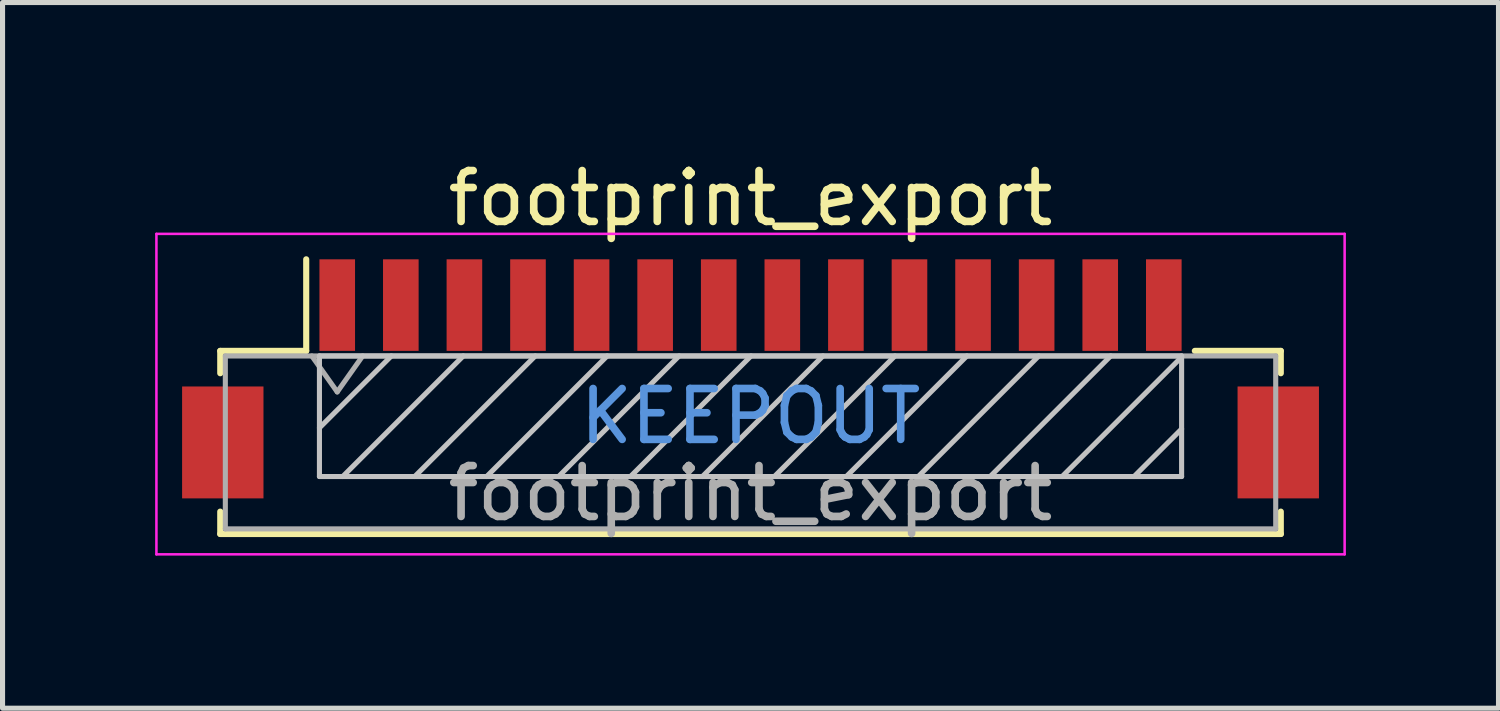
<source format=kicad_pcb>
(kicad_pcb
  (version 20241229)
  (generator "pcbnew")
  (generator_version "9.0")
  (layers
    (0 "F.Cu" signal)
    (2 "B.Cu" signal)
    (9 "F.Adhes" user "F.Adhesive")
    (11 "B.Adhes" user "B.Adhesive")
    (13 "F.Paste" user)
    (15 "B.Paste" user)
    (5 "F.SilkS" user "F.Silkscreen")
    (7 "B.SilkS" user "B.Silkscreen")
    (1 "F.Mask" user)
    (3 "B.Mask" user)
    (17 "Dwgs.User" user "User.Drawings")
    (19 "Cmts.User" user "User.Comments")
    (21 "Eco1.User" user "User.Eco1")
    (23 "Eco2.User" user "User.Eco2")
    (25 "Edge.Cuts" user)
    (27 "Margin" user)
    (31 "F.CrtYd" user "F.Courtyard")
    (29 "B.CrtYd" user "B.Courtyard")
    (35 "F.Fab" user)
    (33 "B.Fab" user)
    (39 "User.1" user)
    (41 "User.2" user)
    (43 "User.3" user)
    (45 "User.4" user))
  (footprint "footprint_export"
    (layer "F.Cu")
    (at 11.705 4.398)
    (property "Reference" "footprint_export" (at 0 -3.55 0) (layer "F.SilkS") (effects (font (size 1 1) (thickness 0.15))))
    (attr smd)
    (fp_line (start -10.425 -0.55) (end -10.425 -0.11) (stroke (width 0.12) (type solid)) (layer "F.SilkS"))
    (fp_line (start -10.425 2.61) (end -10.425 3.05) (stroke (width 0.12) (type solid)) (layer "F.SilkS"))
    (fp_line (start -10.425 3.05) (end 10.425 3.05) (stroke (width 0.12) (type solid)) (layer "F.SilkS"))
    (fp_line (start -8.735 -0.55) (end -10.425 -0.55) (stroke (width 0.12) (type solid)) (layer "F.SilkS"))
    (fp_line (start -8.735 -0.55) (end -8.735 -2.35) (stroke (width 0.12) (type solid)) (layer "F.SilkS"))
    (fp_line (start 8.735 -0.55) (end 10.425 -0.55) (stroke (width 0.12) (type solid)) (layer "F.SilkS"))
    (fp_line (start 10.425 -0.55) (end 10.425 -0.11) (stroke (width 0.12) (type solid)) (layer "F.SilkS"))
    (fp_line (start 10.425 3.05) (end 10.425 2.61) (stroke (width 0.12) (type solid)) (layer "F.SilkS"))
    (fp_line (start -8.475 -0.45) (end -8.475 1.92) (stroke (width 0.1) (type solid)) (layer "Dwgs.User"))
    (fp_line (start -8.475 1.92) (end 8.475 1.92) (stroke (width 0.1) (type solid)) (layer "Dwgs.User"))
    (fp_line (start -7.061 -0.45) (end -8.475 0.964) (stroke (width 0.1) (type solid)) (layer "Dwgs.User"))
    (fp_line (start -5.647 -0.45) (end -8.017 1.92) (stroke (width 0.1) (type solid)) (layer "Dwgs.User"))
    (fp_line (start -4.232 -0.45) (end -6.602 1.92) (stroke (width 0.1) (type solid)) (layer "Dwgs.User"))
    (fp_line (start -2.818 -0.45) (end -5.188 1.92) (stroke (width 0.1) (type solid)) (layer "Dwgs.User"))
    (fp_line (start -1.404 -0.45) (end -3.774 1.92) (stroke (width 0.1) (type solid)) (layer "Dwgs.User"))
    (fp_line (start 0.01 -0.45) (end -2.36 1.92) (stroke (width 0.1) (type solid)) (layer "Dwgs.User"))
    (fp_line (start 1.424 -0.45) (end -0.946 1.92) (stroke (width 0.1) (type solid)) (layer "Dwgs.User"))
    (fp_line (start 2.839 -0.45) (end 0.469 1.92) (stroke (width 0.1) (type solid)) (layer "Dwgs.User"))
    (fp_line (start 4.253 -0.45) (end 1.883 1.92) (stroke (width 0.1) (type solid)) (layer "Dwgs.User"))
    (fp_line (start 5.667 -0.45) (end 3.297 1.92) (stroke (width 0.1) (type solid)) (layer "Dwgs.User"))
    (fp_line (start 7.081 -0.45) (end 4.711 1.92) (stroke (width 0.1) (type solid)) (layer "Dwgs.User"))
    (fp_line (start 8.475 -0.45) (end -8.475 -0.45) (stroke (width 0.1) (type solid)) (layer "Dwgs.User"))
    (fp_line (start 8.475 -0.429) (end 6.126 1.92) (stroke (width 0.1) (type solid)) (layer "Dwgs.User"))
    (fp_line (start 8.475 0.985) (end 7.54 1.92) (stroke (width 0.1) (type solid)) (layer "Dwgs.User"))
    (fp_line (start 8.475 1.92) (end 8.475 -0.45) (stroke (width 0.1) (type solid)) (layer "Dwgs.User"))
    (fp_line (start -11.68 -2.85) (end -11.68 3.45) (stroke (width 0.05) (type solid)) (layer "F.CrtYd"))
    (fp_line (start -11.68 3.45) (end 11.68 3.45) (stroke (width 0.05) (type solid)) (layer "F.CrtYd"))
    (fp_line (start 11.68 -2.85) (end -11.68 -2.85) (stroke (width 0.05) (type solid)) (layer "F.CrtYd"))
    (fp_line (start 11.68 3.45) (end 11.68 -2.85) (stroke (width 0.05) (type solid)) (layer "F.CrtYd"))
    (fp_line (start -10.325 -0.45) (end -10.325 2.95) (stroke (width 0.1) (type solid)) (layer "F.Fab"))
    (fp_line (start -10.325 2.95) (end 10.325 2.95) (stroke (width 0.1) (type solid)) (layer "F.Fab"))
    (fp_line (start -8.625 -0.45) (end -8.125 0.257) (stroke (width 0.1) (type solid)) (layer "F.Fab"))
    (fp_line (start -8.125 0.257) (end -7.625 -0.45) (stroke (width 0.1) (type solid)) (layer "F.Fab"))
    (fp_line (start 10.325 -0.45) (end -10.325 -0.45) (stroke (width 0.1) (type solid)) (layer "F.Fab"))
    (fp_line (start 10.325 2.95) (end 10.325 -0.45) (stroke (width 0.1) (type solid)) (layer "F.Fab"))
    (fp_text user "KEEPOUT" (at 0 0.735 0) (layer "Cmts.User") (effects (font (size 1 1) (thickness 0.15))))
    (fp_text user "${REFERENCE}" (at 0 2.25 0) (layer "F.Fab") (effects (font (size 1 1) (thickness 0.15))))
    (pad "1" smd rect (at -8.125 -1.45) (size 0.7 1.8) (layers "F.Cu" "F.Mask" "F.Paste"))
    (pad "2" smd rect (at -6.875 -1.45) (size 0.7 1.8) (layers "F.Cu" "F.Mask" "F.Paste"))
    (pad "3" smd rect (at -5.625 -1.45) (size 0.7 1.8) (layers "F.Cu" "F.Mask" "F.Paste"))
    (pad "4" smd rect (at -4.375 -1.45) (size 0.7 1.8) (layers "F.Cu" "F.Mask" "F.Paste"))
    (pad "5" smd rect (at -3.125 -1.45) (size 0.7 1.8) (layers "F.Cu" "F.Mask" "F.Paste"))
    (pad "6" smd rect (at -1.875 -1.45) (size 0.7 1.8) (layers "F.Cu" "F.Mask" "F.Paste"))
    (pad "7" smd rect (at -0.625 -1.45) (size 0.7 1.8) (layers "F.Cu" "F.Mask" "F.Paste"))
    (pad "8" smd rect (at 0.625 -1.45) (size 0.7 1.8) (layers "F.Cu" "F.Mask" "F.Paste"))
    (pad "9" smd rect (at 1.875 -1.45) (size 0.7 1.8) (layers "F.Cu" "F.Mask" "F.Paste"))
    (pad "10" smd rect (at 3.125 -1.45) (size 0.7 1.8) (layers "F.Cu" "F.Mask" "F.Paste"))
    (pad "11" smd rect (at 4.375 -1.45) (size 0.7 1.8) (layers "F.Cu" "F.Mask" "F.Paste"))
    (pad "12" smd rect (at 5.625 -1.45) (size 0.7 1.8) (layers "F.Cu" "F.Mask" "F.Paste"))
    (pad "13" smd rect (at 6.875 -1.45) (size 0.7 1.8) (layers "F.Cu" "F.Mask" "F.Paste"))
    (pad "14" smd rect (at 8.125 -1.45) (size 0.7 1.8) (layers "F.Cu" "F.Mask" "F.Paste"))
    (pad "MP" smd rect (at -10.375 1.25) (size 1.6 2.2) (layers "F.Cu" "F.Mask" "F.Paste"))
    (pad "MP" smd rect (at 10.375 1.25) (size 1.6 2.2) (layers "F.Cu" "F.Mask" "F.Paste")))
  (gr_rect
    (start -3 -3)
    (end 26.41 10.873)
    (stroke (width 0.1) (type default))
    (fill no)
    (layer "Edge.Cuts")))
</source>
